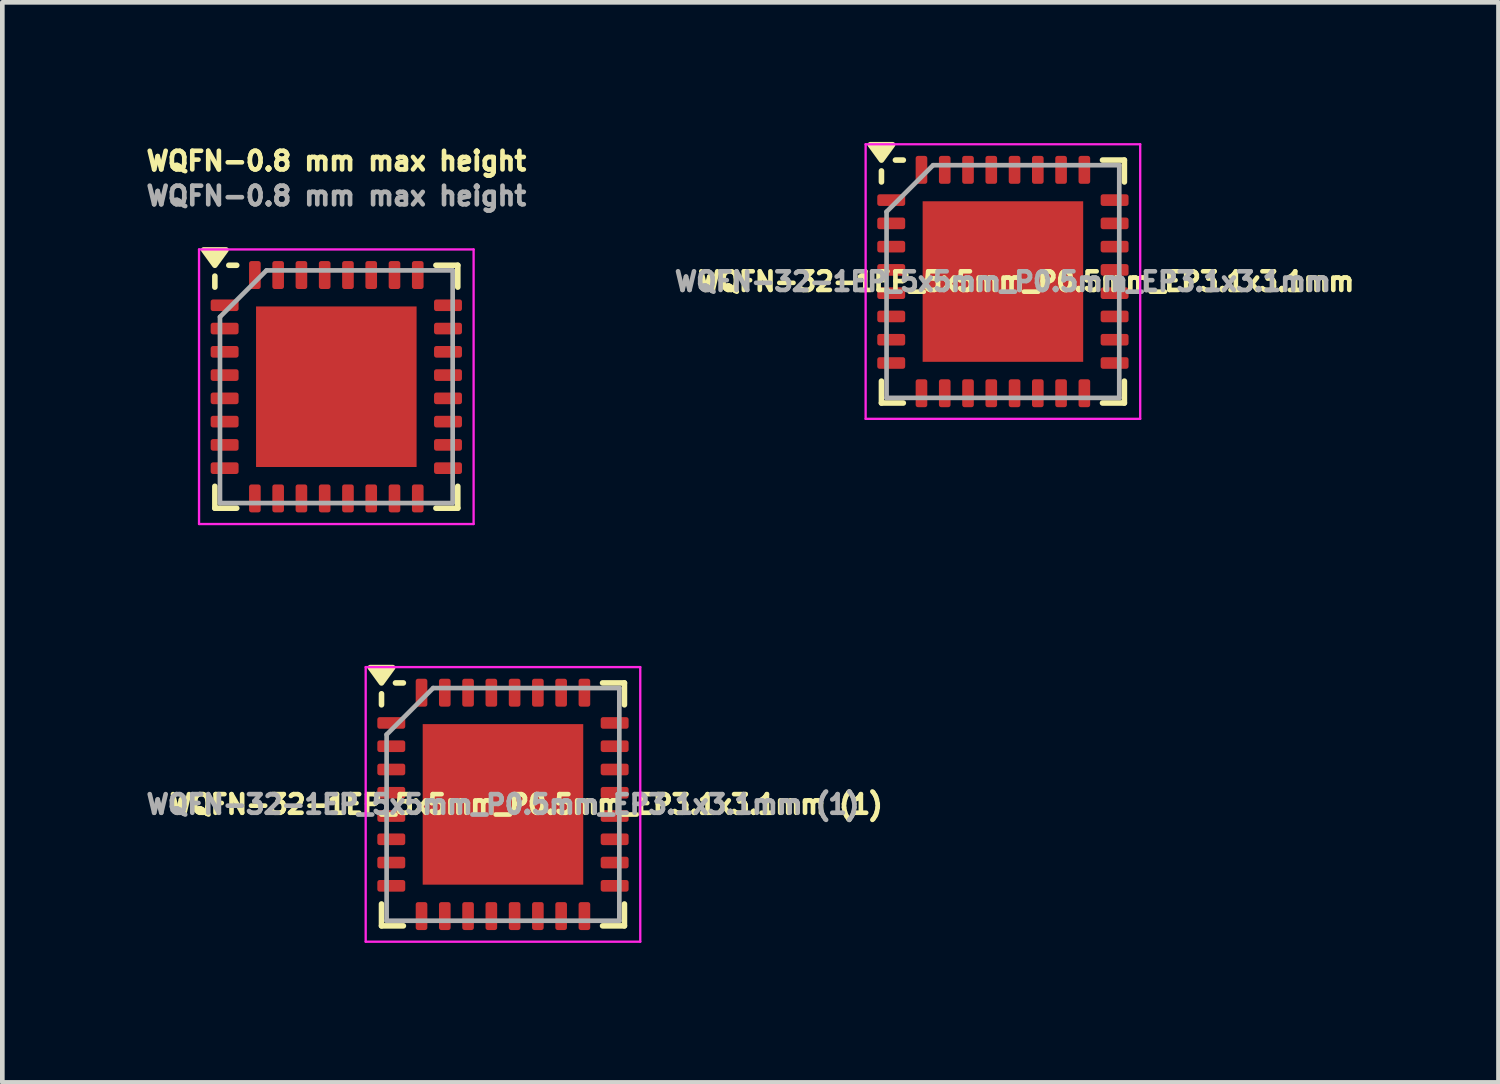
<source format=kicad_pcb>
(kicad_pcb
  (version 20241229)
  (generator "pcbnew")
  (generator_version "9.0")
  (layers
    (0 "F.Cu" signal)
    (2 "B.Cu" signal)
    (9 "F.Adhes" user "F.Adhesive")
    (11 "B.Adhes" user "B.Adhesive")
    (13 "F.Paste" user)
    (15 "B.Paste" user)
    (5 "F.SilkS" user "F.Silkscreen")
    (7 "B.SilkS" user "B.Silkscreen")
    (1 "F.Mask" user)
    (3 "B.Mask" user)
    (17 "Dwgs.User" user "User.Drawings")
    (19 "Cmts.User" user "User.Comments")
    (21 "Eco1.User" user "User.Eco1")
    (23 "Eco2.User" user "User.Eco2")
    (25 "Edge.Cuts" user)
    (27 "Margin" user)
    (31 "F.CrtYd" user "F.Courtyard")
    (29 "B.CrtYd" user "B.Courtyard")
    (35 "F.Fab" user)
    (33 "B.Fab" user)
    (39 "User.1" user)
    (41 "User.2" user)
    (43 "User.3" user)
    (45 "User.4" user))
  (footprint "WQFN-32-1EP_5x5mm_P0.5mm_EP3.1x3.1mm (1)"
    (layer "F.Cu")
    (at 7.758 14.235)
    (property "Reference" "WQFN-32-1EP_5x5mm_P0.5mm_EP3.1x3.1mm (1)" (at 0.5 0 0) (layer "F.SilkS") (effects (font (size 0.4 0.4) (thickness 0.1))))
    (attr smd)
    (fp_line (start -2.61 -2.14) (end -2.61 -2.377) (stroke (width 0.12) (type solid)) (layer "F.SilkS"))
    (fp_line (start -2.61 2.61) (end -2.61 2.14) (stroke (width 0.12) (type solid)) (layer "F.SilkS"))
    (fp_line (start -2.14 -2.61) (end -2.31 -2.61) (stroke (width 0.12) (type solid)) (layer "F.SilkS"))
    (fp_line (start -2.14 2.61) (end -2.61 2.61) (stroke (width 0.12) (type solid)) (layer "F.SilkS"))
    (fp_line (start 2.14 -2.61) (end 2.61 -2.61) (stroke (width 0.12) (type solid)) (layer "F.SilkS"))
    (fp_line (start 2.61 -2.61) (end 2.61 -2.14) (stroke (width 0.12) (type solid)) (layer "F.SilkS"))
    (fp_line (start 2.61 2.14) (end 2.61 2.61) (stroke (width 0.12) (type solid)) (layer "F.SilkS"))
    (fp_line (start 2.61 2.61) (end 2.14 2.61) (stroke (width 0.12) (type solid)) (layer "F.SilkS"))
    (fp_poly (pts (xy -2.61 -2.61) (xy -2.85 -2.94) (xy -2.37 -2.94) (xy -2.61 -2.61)) (stroke (width 0.12) (type solid)) (fill yes) (layer "F.SilkS"))
    (fp_line (start -2.95 -2.95) (end 2.95 -2.95) (stroke (width 0.05) (type solid)) (layer "F.CrtYd"))
    (fp_line (start -2.95 2.95) (end -2.95 -2.95) (stroke (width 0.05) (type solid)) (layer "F.CrtYd"))
    (fp_line (start 2.95 -2.95) (end 2.95 2.95) (stroke (width 0.05) (type solid)) (layer "F.CrtYd"))
    (fp_line (start 2.95 2.95) (end -2.95 2.95) (stroke (width 0.05) (type solid)) (layer "F.CrtYd"))
    (fp_line (start -2.5 -1.5) (end -2.5 2.5) (stroke (width 0.1) (type solid)) (layer "F.Fab"))
    (fp_line (start -1.5 -2.5) (end -2.5 -1.5) (stroke (width 0.1) (type solid)) (layer "F.Fab"))
    (fp_line (start 2.5 -2.5) (end -1.5 -2.5) (stroke (width 0.1) (type solid)) (layer "F.Fab"))
    (fp_line (start 2.5 -2.5) (end 2.5 2.5) (stroke (width 0.1) (type solid)) (layer "F.Fab"))
    (fp_line (start 2.5 2.5) (end -2.5 2.5) (stroke (width 0.1) (type solid)) (layer "F.Fab"))
    (fp_text user "${REFERENCE}" (at 0 0 0) (layer "F.Fab") (effects (font (size 0.4 0.4) (thickness 0.1))))
    (pad "" smd roundrect (at -0.845 -0.845) (size 1.49 1.49) (layers "F.Paste") (roundrect_rratio 0.168))
    (pad "" smd roundrect (at -0.845 0.845) (size 1.49 1.49) (layers "F.Paste") (roundrect_rratio 0.168))
    (pad "" smd roundrect (at 0.845 -0.845) (size 1.49 1.49) (layers "F.Paste") (roundrect_rratio 0.168))
    (pad "" smd roundrect (at 0.845 0.845) (size 1.49 1.49) (layers "F.Paste") (roundrect_rratio 0.168))
    (pad "1" smd roundrect (at -2.4 -1.75 90) (size 0.25 0.6) (layers "F.Cu" "F.Mask" "F.Paste") (roundrect_rratio 0.2))
    (pad "2" smd roundrect (at -2.4 -1.25 90) (size 0.25 0.6) (layers "F.Cu" "F.Mask" "F.Paste") (roundrect_rratio 0.2))
    (pad "3" smd roundrect (at -2.4 -0.75 90) (size 0.25 0.6) (layers "F.Cu" "F.Mask" "F.Paste") (roundrect_rratio 0.2))
    (pad "4" smd roundrect (at -2.4 -0.25 90) (size 0.25 0.6) (layers "F.Cu" "F.Mask" "F.Paste") (roundrect_rratio 0.2))
    (pad "5" smd roundrect (at -2.4 0.25 90) (size 0.25 0.6) (layers "F.Cu" "F.Mask" "F.Paste") (roundrect_rratio 0.2))
    (pad "6" smd roundrect (at -2.4 0.75 90) (size 0.25 0.6) (layers "F.Cu" "F.Mask" "F.Paste") (roundrect_rratio 0.2))
    (pad "7" smd roundrect (at -2.4 1.25 90) (size 0.25 0.6) (layers "F.Cu" "F.Mask" "F.Paste") (roundrect_rratio 0.2))
    (pad "8" smd roundrect (at -2.4 1.75 90) (size 0.25 0.6) (layers "F.Cu" "F.Mask" "F.Paste") (roundrect_rratio 0.2))
    (pad "9" smd roundrect (at -1.75 2.4) (size 0.25 0.6) (layers "F.Cu" "F.Mask" "F.Paste") (roundrect_rratio 0.2))
    (pad "10" smd roundrect (at -1.25 2.4) (size 0.25 0.6) (layers "F.Cu" "F.Mask" "F.Paste") (roundrect_rratio 0.2))
    (pad "11" smd roundrect (at -0.75 2.4) (size 0.25 0.6) (layers "F.Cu" "F.Mask" "F.Paste") (roundrect_rratio 0.2))
    (pad "12" smd roundrect (at -0.25 2.4) (size 0.25 0.6) (layers "F.Cu" "F.Mask" "F.Paste") (roundrect_rratio 0.2))
    (pad "13" smd roundrect (at 0.25 2.4) (size 0.25 0.6) (layers "F.Cu" "F.Mask" "F.Paste") (roundrect_rratio 0.2))
    (pad "14" smd roundrect (at 0.75 2.4) (size 0.25 0.6) (layers "F.Cu" "F.Mask" "F.Paste") (roundrect_rratio 0.2))
    (pad "15" smd roundrect (at 1.25 2.4) (size 0.25 0.6) (layers "F.Cu" "F.Mask" "F.Paste") (roundrect_rratio 0.2))
    (pad "16" smd roundrect (at 1.75 2.4) (size 0.25 0.6) (layers "F.Cu" "F.Mask" "F.Paste") (roundrect_rratio 0.2))
    (pad "17" smd roundrect (at 2.4 1.75 90) (size 0.25 0.6) (layers "F.Cu" "F.Mask" "F.Paste") (roundrect_rratio 0.2))
    (pad "18" smd roundrect (at 2.4 1.25 90) (size 0.25 0.6) (layers "F.Cu" "F.Mask" "F.Paste") (roundrect_rratio 0.2))
    (pad "19" smd roundrect (at 2.4 0.75 90) (size 0.25 0.6) (layers "F.Cu" "F.Mask" "F.Paste") (roundrect_rratio 0.2))
    (pad "20" smd roundrect (at 2.4 0.25 90) (size 0.25 0.6) (layers "F.Cu" "F.Mask" "F.Paste") (roundrect_rratio 0.2))
    (pad "21" smd roundrect (at 2.4 -0.25 90) (size 0.25 0.6) (layers "F.Cu" "F.Mask" "F.Paste") (roundrect_rratio 0.2))
    (pad "22" smd roundrect (at 2.4 -0.75 90) (size 0.25 0.6) (layers "F.Cu" "F.Mask" "F.Paste") (roundrect_rratio 0.2))
    (pad "23" smd roundrect (at 2.4 -1.25 90) (size 0.25 0.6) (layers "F.Cu" "F.Mask" "F.Paste") (roundrect_rratio 0.2))
    (pad "24" smd roundrect (at 2.4 -1.75 90) (size 0.25 0.6) (layers "F.Cu" "F.Mask" "F.Paste") (roundrect_rratio 0.2))
    (pad "25" smd roundrect (at 1.75 -2.4) (size 0.25 0.6) (layers "F.Cu" "F.Mask" "F.Paste") (roundrect_rratio 0.2))
    (pad "26" smd roundrect (at 1.25 -2.4) (size 0.25 0.6) (layers "F.Cu" "F.Mask" "F.Paste") (roundrect_rratio 0.2))
    (pad "27" smd roundrect (at 0.75 -2.4) (size 0.25 0.6) (layers "F.Cu" "F.Mask" "F.Paste") (roundrect_rratio 0.2))
    (pad "28" smd roundrect (at 0.25 -2.4) (size 0.25 0.6) (layers "F.Cu" "F.Mask" "F.Paste") (roundrect_rratio 0.2))
    (pad "29" smd roundrect (at -0.25 -2.4) (size 0.25 0.6) (layers "F.Cu" "F.Mask" "F.Paste") (roundrect_rratio 0.2))
    (pad "30" smd roundrect (at -0.75 -2.4) (size 0.25 0.6) (layers "F.Cu" "F.Mask" "F.Paste") (roundrect_rratio 0.2))
    (pad "31" smd roundrect (at -1.25 -2.4) (size 0.25 0.6) (layers "F.Cu" "F.Mask" "F.Paste") (roundrect_rratio 0.2))
    (pad "32" smd roundrect (at -1.75 -2.4) (size 0.25 0.6) (layers "F.Cu" "F.Mask" "F.Paste") (roundrect_rratio 0.2))
    (pad "33" smd rect (at 0 0) (size 3.45 3.45) (layers "F.Cu" "F.Mask")))
  (footprint "WQFN-0.8 mm max height"
    (layer "F.Cu")
    (at 4.177 5.26)
    (property "Reference" "WQFN-0.8 mm max height" (at 0 -4.85 0) (layer "F.SilkS") (effects (font (size 0.4 0.4) (thickness 0.1))))
    (attr smd)
    (fp_line (start -2.61 -2.14) (end -2.61 -2.377) (stroke (width 0.12) (type solid)) (layer "F.SilkS"))
    (fp_line (start -2.61 2.61) (end -2.61 2.14) (stroke (width 0.12) (type solid)) (layer "F.SilkS"))
    (fp_line (start -2.14 -2.61) (end -2.31 -2.61) (stroke (width 0.12) (type solid)) (layer "F.SilkS"))
    (fp_line (start -2.14 2.61) (end -2.61 2.61) (stroke (width 0.12) (type solid)) (layer "F.SilkS"))
    (fp_line (start 2.14 -2.61) (end 2.61 -2.61) (stroke (width 0.12) (type solid)) (layer "F.SilkS"))
    (fp_line (start 2.61 -2.61) (end 2.61 -2.14) (stroke (width 0.12) (type solid)) (layer "F.SilkS"))
    (fp_line (start 2.61 2.14) (end 2.61 2.61) (stroke (width 0.12) (type solid)) (layer "F.SilkS"))
    (fp_line (start 2.61 2.61) (end 2.14 2.61) (stroke (width 0.12) (type solid)) (layer "F.SilkS"))
    (fp_poly (pts (xy -2.61 -2.61) (xy -2.85 -2.94) (xy -2.37 -2.94) (xy -2.61 -2.61)) (stroke (width 0.12) (type solid)) (fill yes) (layer "F.SilkS"))
    (fp_line (start -2.95 -2.95) (end 2.95 -2.95) (stroke (width 0.05) (type solid)) (layer "F.CrtYd"))
    (fp_line (start -2.95 2.95) (end -2.95 -2.95) (stroke (width 0.05) (type solid)) (layer "F.CrtYd"))
    (fp_line (start 2.95 -2.95) (end 2.95 2.95) (stroke (width 0.05) (type solid)) (layer "F.CrtYd"))
    (fp_line (start 2.95 2.95) (end -2.95 2.95) (stroke (width 0.05) (type solid)) (layer "F.CrtYd"))
    (fp_line (start -2.5 -1.5) (end -2.5 2.5) (stroke (width 0.1) (type solid)) (layer "F.Fab"))
    (fp_line (start -1.5 -2.5) (end -2.5 -1.5) (stroke (width 0.1) (type solid)) (layer "F.Fab"))
    (fp_line (start 2.5 -2.5) (end -1.5 -2.5) (stroke (width 0.1) (type solid)) (layer "F.Fab"))
    (fp_line (start 2.5 -2.5) (end 2.5 2.5) (stroke (width 0.1) (type solid)) (layer "F.Fab"))
    (fp_line (start 2.5 2.5) (end -2.5 2.5) (stroke (width 0.1) (type solid)) (layer "F.Fab"))
    (fp_text user "${REFERENCE}" (at 0 -4.1 0) (layer "F.Fab") (effects (font (size 0.4 0.4) (thickness 0.1))))
    (pad "" smd roundrect (at -0.845 -0.845) (size 1.49 1.49) (layers "F.Paste") (roundrect_rratio 0.168))
    (pad "" smd roundrect (at -0.845 0.845) (size 1.49 1.49) (layers "F.Paste") (roundrect_rratio 0.168))
    (pad "" smd roundrect (at 0.845 -0.845) (size 1.49 1.49) (layers "F.Paste") (roundrect_rratio 0.168))
    (pad "" smd roundrect (at 0.845 0.845) (size 1.49 1.49) (layers "F.Paste") (roundrect_rratio 0.168))
    (pad "1" smd roundrect (at -2.4 -1.75 90) (size 0.25 0.6) (layers "F.Cu" "F.Mask" "F.Paste") (roundrect_rratio 0.2))
    (pad "2" smd roundrect (at -2.4 -1.25 90) (size 0.25 0.6) (layers "F.Cu" "F.Mask" "F.Paste") (roundrect_rratio 0.2))
    (pad "3" smd roundrect (at -2.4 -0.75 90) (size 0.25 0.6) (layers "F.Cu" "F.Mask" "F.Paste") (roundrect_rratio 0.2))
    (pad "4" smd roundrect (at -2.4 -0.25 90) (size 0.25 0.6) (layers "F.Cu" "F.Mask" "F.Paste") (roundrect_rratio 0.2))
    (pad "5" smd roundrect (at -2.4 0.25 90) (size 0.25 0.6) (layers "F.Cu" "F.Mask" "F.Paste") (roundrect_rratio 0.2))
    (pad "6" smd roundrect (at -2.4 0.75 90) (size 0.25 0.6) (layers "F.Cu" "F.Mask" "F.Paste") (roundrect_rratio 0.2))
    (pad "7" smd roundrect (at -2.4 1.25 90) (size 0.25 0.6) (layers "F.Cu" "F.Mask" "F.Paste") (roundrect_rratio 0.2))
    (pad "8" smd roundrect (at -2.4 1.75 90) (size 0.25 0.6) (layers "F.Cu" "F.Mask" "F.Paste") (roundrect_rratio 0.2))
    (pad "9" smd roundrect (at -1.75 2.4) (size 0.25 0.6) (layers "F.Cu" "F.Mask" "F.Paste") (roundrect_rratio 0.2))
    (pad "10" smd roundrect (at -1.25 2.4) (size 0.25 0.6) (layers "F.Cu" "F.Mask" "F.Paste") (roundrect_rratio 0.2))
    (pad "11" smd roundrect (at -0.75 2.4) (size 0.25 0.6) (layers "F.Cu" "F.Mask" "F.Paste") (roundrect_rratio 0.2))
    (pad "12" smd roundrect (at -0.25 2.4) (size 0.25 0.6) (layers "F.Cu" "F.Mask" "F.Paste") (roundrect_rratio 0.2))
    (pad "13" smd roundrect (at 0.25 2.4) (size 0.25 0.6) (layers "F.Cu" "F.Mask" "F.Paste") (roundrect_rratio 0.2))
    (pad "14" smd roundrect (at 0.75 2.4) (size 0.25 0.6) (layers "F.Cu" "F.Mask" "F.Paste") (roundrect_rratio 0.2))
    (pad "15" smd roundrect (at 1.25 2.4) (size 0.25 0.6) (layers "F.Cu" "F.Mask" "F.Paste") (roundrect_rratio 0.2))
    (pad "16" smd roundrect (at 1.75 2.4) (size 0.25 0.6) (layers "F.Cu" "F.Mask" "F.Paste") (roundrect_rratio 0.2))
    (pad "17" smd roundrect (at 2.4 1.75 90) (size 0.25 0.6) (layers "F.Cu" "F.Mask" "F.Paste") (roundrect_rratio 0.2))
    (pad "18" smd roundrect (at 2.4 1.25 90) (size 0.25 0.6) (layers "F.Cu" "F.Mask" "F.Paste") (roundrect_rratio 0.2))
    (pad "19" smd roundrect (at 2.4 0.75 90) (size 0.25 0.6) (layers "F.Cu" "F.Mask" "F.Paste") (roundrect_rratio 0.2))
    (pad "20" smd roundrect (at 2.4 0.25 90) (size 0.25 0.6) (layers "F.Cu" "F.Mask" "F.Paste") (roundrect_rratio 0.2))
    (pad "21" smd roundrect (at 2.4 -0.25 90) (size 0.25 0.6) (layers "F.Cu" "F.Mask" "F.Paste") (roundrect_rratio 0.2))
    (pad "22" smd roundrect (at 2.4 -0.75 90) (size 0.25 0.6) (layers "F.Cu" "F.Mask" "F.Paste") (roundrect_rratio 0.2))
    (pad "23" smd roundrect (at 2.4 -1.25 90) (size 0.25 0.6) (layers "F.Cu" "F.Mask" "F.Paste") (roundrect_rratio 0.2))
    (pad "24" smd roundrect (at 2.4 -1.75 90) (size 0.25 0.6) (layers "F.Cu" "F.Mask" "F.Paste") (roundrect_rratio 0.2))
    (pad "25" smd roundrect (at 1.75 -2.4) (size 0.25 0.6) (layers "F.Cu" "F.Mask" "F.Paste") (roundrect_rratio 0.2))
    (pad "26" smd roundrect (at 1.25 -2.4) (size 0.25 0.6) (layers "F.Cu" "F.Mask" "F.Paste") (roundrect_rratio 0.2))
    (pad "27" smd roundrect (at 0.75 -2.4) (size 0.25 0.6) (layers "F.Cu" "F.Mask" "F.Paste") (roundrect_rratio 0.2))
    (pad "28" smd roundrect (at 0.25 -2.4) (size 0.25 0.6) (layers "F.Cu" "F.Mask" "F.Paste") (roundrect_rratio 0.2))
    (pad "29" smd roundrect (at -0.25 -2.4) (size 0.25 0.6) (layers "F.Cu" "F.Mask" "F.Paste") (roundrect_rratio 0.2))
    (pad "30" smd roundrect (at -0.75 -2.4) (size 0.25 0.6) (layers "F.Cu" "F.Mask" "F.Paste") (roundrect_rratio 0.2))
    (pad "31" smd roundrect (at -1.25 -2.4) (size 0.25 0.6) (layers "F.Cu" "F.Mask" "F.Paste") (roundrect_rratio 0.2))
    (pad "32" smd roundrect (at -1.75 -2.4) (size 0.25 0.6) (layers "F.Cu" "F.Mask" "F.Paste") (roundrect_rratio 0.2))
    (pad "33" smd rect (at 0 0) (size 3.45 3.45) (layers "F.Cu" "F.Mask")))
  (footprint "WQFN-32-1EP_5x5mm_P0.5mm_EP3.1x3.1mm"
    (layer "F.Cu")
    (at 18.501 3)
    (property "Reference" "WQFN-32-1EP_5x5mm_P0.5mm_EP3.1x3.1mm" (at 0.5 0 0) (layer "F.SilkS") (effects (font (size 0.4 0.4) (thickness 0.1))))
    (attr smd)
    (fp_line (start -2.61 -2.14) (end -2.61 -2.377) (stroke (width 0.12) (type solid)) (layer "F.SilkS"))
    (fp_line (start -2.61 2.61) (end -2.61 2.14) (stroke (width 0.12) (type solid)) (layer "F.SilkS"))
    (fp_line (start -2.14 -2.61) (end -2.31 -2.61) (stroke (width 0.12) (type solid)) (layer "F.SilkS"))
    (fp_line (start -2.14 2.61) (end -2.61 2.61) (stroke (width 0.12) (type solid)) (layer "F.SilkS"))
    (fp_line (start 2.14 -2.61) (end 2.61 -2.61) (stroke (width 0.12) (type solid)) (layer "F.SilkS"))
    (fp_line (start 2.61 -2.61) (end 2.61 -2.14) (stroke (width 0.12) (type solid)) (layer "F.SilkS"))
    (fp_line (start 2.61 2.14) (end 2.61 2.61) (stroke (width 0.12) (type solid)) (layer "F.SilkS"))
    (fp_line (start 2.61 2.61) (end 2.14 2.61) (stroke (width 0.12) (type solid)) (layer "F.SilkS"))
    (fp_poly (pts (xy -2.61 -2.61) (xy -2.85 -2.94) (xy -2.37 -2.94) (xy -2.61 -2.61)) (stroke (width 0.12) (type solid)) (fill yes) (layer "F.SilkS"))
    (fp_line (start -2.95 -2.95) (end 2.95 -2.95) (stroke (width 0.05) (type solid)) (layer "F.CrtYd"))
    (fp_line (start -2.95 2.95) (end -2.95 -2.95) (stroke (width 0.05) (type solid)) (layer "F.CrtYd"))
    (fp_line (start 2.95 -2.95) (end 2.95 2.95) (stroke (width 0.05) (type solid)) (layer "F.CrtYd"))
    (fp_line (start 2.95 2.95) (end -2.95 2.95) (stroke (width 0.05) (type solid)) (layer "F.CrtYd"))
    (fp_line (start -2.5 -1.5) (end -2.5 2.5) (stroke (width 0.1) (type solid)) (layer "F.Fab"))
    (fp_line (start -1.5 -2.5) (end -2.5 -1.5) (stroke (width 0.1) (type solid)) (layer "F.Fab"))
    (fp_line (start 2.5 -2.5) (end -1.5 -2.5) (stroke (width 0.1) (type solid)) (layer "F.Fab"))
    (fp_line (start 2.5 -2.5) (end 2.5 2.5) (stroke (width 0.1) (type solid)) (layer "F.Fab"))
    (fp_line (start 2.5 2.5) (end -2.5 2.5) (stroke (width 0.1) (type solid)) (layer "F.Fab"))
    (fp_text user "${REFERENCE}" (at 0 0 0) (layer "F.Fab") (effects (font (size 0.4 0.4) (thickness 0.1))))
    (pad "" smd rect (at -0.775 -0.775) (size 1.23 1.23) (layers "F.Paste"))
    (pad "" smd rect (at -0.775 0.775) (size 1.23 1.23) (layers "F.Paste"))
    (pad "" smd rect (at 0.775 -0.775) (size 1.23 1.23) (layers "F.Paste"))
    (pad "" smd rect (at 0.775 0.775) (size 1.23 1.23) (layers "F.Paste"))
    (pad "1" smd roundrect (at -2.4 -1.75 90) (size 0.25 0.6) (layers "F.Cu" "F.Mask" "F.Paste") (roundrect_rratio 0.2))
    (pad "2" smd roundrect (at -2.4 -1.25 90) (size 0.25 0.6) (layers "F.Cu" "F.Mask" "F.Paste") (roundrect_rratio 0.2))
    (pad "3" smd roundrect (at -2.4 -0.75 90) (size 0.25 0.6) (layers "F.Cu" "F.Mask" "F.Paste") (roundrect_rratio 0.2))
    (pad "4" smd roundrect (at -2.4 -0.25 90) (size 0.25 0.6) (layers "F.Cu" "F.Mask" "F.Paste") (roundrect_rratio 0.2))
    (pad "5" smd roundrect (at -2.4 0.25 90) (size 0.25 0.6) (layers "F.Cu" "F.Mask" "F.Paste") (roundrect_rratio 0.2))
    (pad "6" smd roundrect (at -2.4 0.75 90) (size 0.25 0.6) (layers "F.Cu" "F.Mask" "F.Paste") (roundrect_rratio 0.2))
    (pad "7" smd roundrect (at -2.4 1.25 90) (size 0.25 0.6) (layers "F.Cu" "F.Mask" "F.Paste") (roundrect_rratio 0.2))
    (pad "8" smd roundrect (at -2.4 1.75 90) (size 0.25 0.6) (layers "F.Cu" "F.Mask" "F.Paste") (roundrect_rratio 0.2))
    (pad "9" smd roundrect (at -1.75 2.4) (size 0.25 0.6) (layers "F.Cu" "F.Mask" "F.Paste") (roundrect_rratio 0.2))
    (pad "10" smd roundrect (at -1.25 2.4) (size 0.25 0.6) (layers "F.Cu" "F.Mask" "F.Paste") (roundrect_rratio 0.2))
    (pad "11" smd roundrect (at -0.75 2.4) (size 0.25 0.6) (layers "F.Cu" "F.Mask" "F.Paste") (roundrect_rratio 0.2))
    (pad "12" smd roundrect (at -0.25 2.4) (size 0.25 0.6) (layers "F.Cu" "F.Mask" "F.Paste") (roundrect_rratio 0.2))
    (pad "13" smd roundrect (at 0.25 2.4) (size 0.25 0.6) (layers "F.Cu" "F.Mask" "F.Paste") (roundrect_rratio 0.2))
    (pad "14" smd roundrect (at 0.75 2.4) (size 0.25 0.6) (layers "F.Cu" "F.Mask" "F.Paste") (roundrect_rratio 0.2))
    (pad "15" smd roundrect (at 1.25 2.4) (size 0.25 0.6) (layers "F.Cu" "F.Mask" "F.Paste") (roundrect_rratio 0.2))
    (pad "16" smd roundrect (at 1.75 2.4) (size 0.25 0.6) (layers "F.Cu" "F.Mask" "F.Paste") (roundrect_rratio 0.2))
    (pad "17" smd roundrect (at 2.4 1.75 90) (size 0.25 0.6) (layers "F.Cu" "F.Mask" "F.Paste") (roundrect_rratio 0.2))
    (pad "18" smd roundrect (at 2.4 1.25 90) (size 0.25 0.6) (layers "F.Cu" "F.Mask" "F.Paste") (roundrect_rratio 0.2))
    (pad "19" smd roundrect (at 2.4 0.75 90) (size 0.25 0.6) (layers "F.Cu" "F.Mask" "F.Paste") (roundrect_rratio 0.2))
    (pad "20" smd roundrect (at 2.4 0.25 90) (size 0.25 0.6) (layers "F.Cu" "F.Mask" "F.Paste") (roundrect_rratio 0.2))
    (pad "21" smd roundrect (at 2.4 -0.25 90) (size 0.25 0.6) (layers "F.Cu" "F.Mask" "F.Paste") (roundrect_rratio 0.2))
    (pad "22" smd roundrect (at 2.4 -0.75 90) (size 0.25 0.6) (layers "F.Cu" "F.Mask" "F.Paste") (roundrect_rratio 0.2))
    (pad "23" smd roundrect (at 2.4 -1.25 90) (size 0.25 0.6) (layers "F.Cu" "F.Mask" "F.Paste") (roundrect_rratio 0.2))
    (pad "24" smd roundrect (at 2.4 -1.75 90) (size 0.25 0.6) (layers "F.Cu" "F.Mask" "F.Paste") (roundrect_rratio 0.2))
    (pad "25" smd roundrect (at 1.75 -2.4) (size 0.25 0.6) (layers "F.Cu" "F.Mask" "F.Paste") (roundrect_rratio 0.2))
    (pad "26" smd roundrect (at 1.25 -2.4) (size 0.25 0.6) (layers "F.Cu" "F.Mask" "F.Paste") (roundrect_rratio 0.2))
    (pad "27" smd roundrect (at 0.75 -2.4) (size 0.25 0.6) (layers "F.Cu" "F.Mask" "F.Paste") (roundrect_rratio 0.2))
    (pad "28" smd roundrect (at 0.25 -2.4) (size 0.25 0.6) (layers "F.Cu" "F.Mask" "F.Paste") (roundrect_rratio 0.2))
    (pad "29" smd roundrect (at -0.25 -2.4) (size 0.25 0.6) (layers "F.Cu" "F.Mask" "F.Paste") (roundrect_rratio 0.2))
    (pad "30" smd roundrect (at -0.75 -2.4) (size 0.25 0.6) (layers "F.Cu" "F.Mask" "F.Paste") (roundrect_rratio 0.2))
    (pad "31" smd roundrect (at -1.25 -2.4) (size 0.25 0.6) (layers "F.Cu" "F.Mask" "F.Paste") (roundrect_rratio 0.2))
    (pad "32" smd roundrect (at -1.75 -2.4) (size 0.25 0.6) (layers "F.Cu" "F.Mask" "F.Paste") (roundrect_rratio 0.2))
    (pad "33" smd rect (at 0 0) (size 3.45 3.45) (layers "F.Cu" "F.Mask")))
  (gr_rect
    (start -3 -3)
    (end 29.15 20.209)
    (stroke (width 0.1) (type default))
    (fill no)
    (layer "Edge.Cuts")))
</source>
